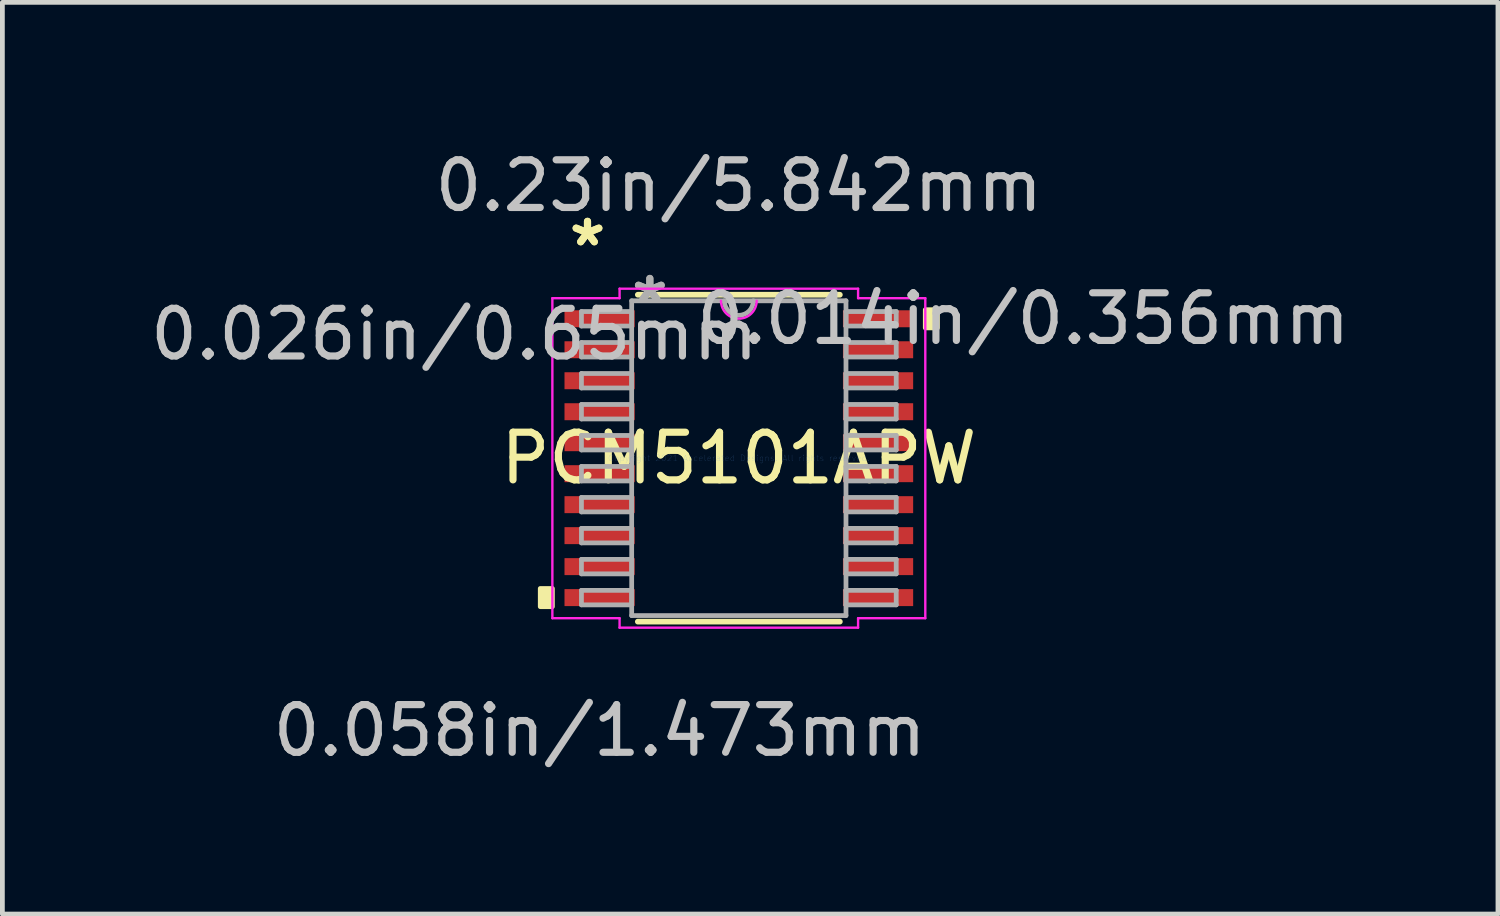
<source format=kicad_pcb>
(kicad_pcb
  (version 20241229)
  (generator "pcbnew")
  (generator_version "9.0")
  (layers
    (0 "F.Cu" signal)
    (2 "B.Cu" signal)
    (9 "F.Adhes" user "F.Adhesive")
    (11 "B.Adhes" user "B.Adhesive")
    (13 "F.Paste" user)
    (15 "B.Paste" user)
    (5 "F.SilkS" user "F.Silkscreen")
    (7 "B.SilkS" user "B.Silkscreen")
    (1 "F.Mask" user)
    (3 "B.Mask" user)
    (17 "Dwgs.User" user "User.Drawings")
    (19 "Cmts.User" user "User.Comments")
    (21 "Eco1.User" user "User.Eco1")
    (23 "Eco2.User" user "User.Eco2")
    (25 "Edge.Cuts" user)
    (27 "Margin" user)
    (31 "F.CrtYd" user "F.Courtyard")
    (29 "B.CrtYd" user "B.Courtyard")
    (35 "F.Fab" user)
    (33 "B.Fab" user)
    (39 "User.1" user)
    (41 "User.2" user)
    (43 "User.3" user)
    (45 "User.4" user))
  (footprint "PCM5101APW"
    (layer "F.Cu")
    (at 12.451 6.563)
    (property "Reference" "PCM5101APW" (at 0 0 0) (layer "F.SilkS") (effects (font (size 1 1) (thickness 0.15))))
    (attr through_hole)
    (fp_line (start -2.119 3.429) (end 2.119 3.429) (stroke (width 0.12) (type solid)) (layer "F.SilkS"))
    (fp_line (start 2.119 -3.429) (end -2.119 -3.429) (stroke (width 0.12) (type solid)) (layer "F.SilkS"))
    (fp_poly (pts (xy -4.166 2.734) (xy -4.166 3.115) (xy -3.912 3.115) (xy -3.912 2.734)) (stroke (width 0.1) (type solid)) (fill yes) (layer "F.SilkS"))
    (fp_poly (pts (xy 4.166 -3.115) (xy 4.166 -2.734) (xy 3.912 -2.734) (xy 3.912 -3.115)) (stroke (width 0.1) (type solid)) (fill yes) (layer "F.SilkS"))
    (fp_line (start -3.912 -3.357) (end -2.502 -3.357) (stroke (width 0.05) (type solid)) (layer "F.CrtYd"))
    (fp_line (start -3.912 3.357) (end -3.912 -3.357) (stroke (width 0.05) (type solid)) (layer "F.CrtYd"))
    (fp_line (start -2.502 -3.556) (end 2.502 -3.556) (stroke (width 0.05) (type solid)) (layer "F.CrtYd"))
    (fp_line (start -2.502 -3.357) (end -2.502 -3.556) (stroke (width 0.05) (type solid)) (layer "F.CrtYd"))
    (fp_line (start -2.502 3.357) (end -3.912 3.357) (stroke (width 0.05) (type solid)) (layer "F.CrtYd"))
    (fp_line (start -2.502 3.556) (end -2.502 3.357) (stroke (width 0.05) (type solid)) (layer "F.CrtYd"))
    (fp_line (start 2.502 -3.556) (end 2.502 -3.357) (stroke (width 0.05) (type solid)) (layer "F.CrtYd"))
    (fp_line (start 2.502 -3.357) (end 3.912 -3.357) (stroke (width 0.05) (type solid)) (layer "F.CrtYd"))
    (fp_line (start 2.502 3.357) (end 2.502 3.556) (stroke (width 0.05) (type solid)) (layer "F.CrtYd"))
    (fp_line (start 2.502 3.556) (end -2.502 3.556) (stroke (width 0.05) (type solid)) (layer "F.CrtYd"))
    (fp_line (start 3.912 -3.357) (end 3.912 3.357) (stroke (width 0.05) (type solid)) (layer "F.CrtYd"))
    (fp_line (start 3.912 3.357) (end 2.502 3.357) (stroke (width 0.05) (type solid)) (layer "F.CrtYd"))
    (fp_arc (start 0.37465 -3.302) (mid 0 -2.92735) (end -0.37465 -3.302) (stroke (width 0.05) (type solid)) (layer "F.CrtYd"))
    (fp_line (start -3.302 -3.077) (end -3.302 -2.773) (stroke (width 0.1) (type solid)) (layer "F.Fab"))
    (fp_line (start -3.302 -2.773) (end -2.248 -2.773) (stroke (width 0.1) (type solid)) (layer "F.Fab"))
    (fp_line (start -3.302 -2.427) (end -3.302 -2.123) (stroke (width 0.1) (type solid)) (layer "F.Fab"))
    (fp_line (start -3.302 -2.123) (end -2.248 -2.123) (stroke (width 0.1) (type solid)) (layer "F.Fab"))
    (fp_line (start -3.302 -1.777) (end -3.302 -1.473) (stroke (width 0.1) (type solid)) (layer "F.Fab"))
    (fp_line (start -3.302 -1.473) (end -2.248 -1.473) (stroke (width 0.1) (type solid)) (layer "F.Fab"))
    (fp_line (start -3.302 -1.127) (end -3.302 -0.823) (stroke (width 0.1) (type solid)) (layer "F.Fab"))
    (fp_line (start -3.302 -0.823) (end -2.248 -0.823) (stroke (width 0.1) (type solid)) (layer "F.Fab"))
    (fp_line (start -3.302 -0.477) (end -3.302 -0.173) (stroke (width 0.1) (type solid)) (layer "F.Fab"))
    (fp_line (start -3.302 -0.173) (end -2.248 -0.173) (stroke (width 0.1) (type solid)) (layer "F.Fab"))
    (fp_line (start -3.302 0.173) (end -3.302 0.477) (stroke (width 0.1) (type solid)) (layer "F.Fab"))
    (fp_line (start -3.302 0.477) (end -2.248 0.477) (stroke (width 0.1) (type solid)) (layer "F.Fab"))
    (fp_line (start -3.302 0.823) (end -3.302 1.127) (stroke (width 0.1) (type solid)) (layer "F.Fab"))
    (fp_line (start -3.302 1.127) (end -2.248 1.127) (stroke (width 0.1) (type solid)) (layer "F.Fab"))
    (fp_line (start -3.302 1.473) (end -3.302 1.777) (stroke (width 0.1) (type solid)) (layer "F.Fab"))
    (fp_line (start -3.302 1.777) (end -2.248 1.777) (stroke (width 0.1) (type solid)) (layer "F.Fab"))
    (fp_line (start -3.302 2.123) (end -3.302 2.427) (stroke (width 0.1) (type solid)) (layer "F.Fab"))
    (fp_line (start -3.302 2.427) (end -2.248 2.427) (stroke (width 0.1) (type solid)) (layer "F.Fab"))
    (fp_line (start -3.302 2.773) (end -3.302 3.077) (stroke (width 0.1) (type solid)) (layer "F.Fab"))
    (fp_line (start -3.302 3.077) (end -2.248 3.077) (stroke (width 0.1) (type solid)) (layer "F.Fab"))
    (fp_line (start -2.248 -3.302) (end -2.248 3.302) (stroke (width 0.1) (type solid)) (layer "F.Fab"))
    (fp_line (start -2.248 -3.077) (end -3.302 -3.077) (stroke (width 0.1) (type solid)) (layer "F.Fab"))
    (fp_line (start -2.248 -2.773) (end -2.248 -3.077) (stroke (width 0.1) (type solid)) (layer "F.Fab"))
    (fp_line (start -2.248 -2.427) (end -3.302 -2.427) (stroke (width 0.1) (type solid)) (layer "F.Fab"))
    (fp_line (start -2.248 -2.123) (end -2.248 -2.427) (stroke (width 0.1) (type solid)) (layer "F.Fab"))
    (fp_line (start -2.248 -1.777) (end -3.302 -1.777) (stroke (width 0.1) (type solid)) (layer "F.Fab"))
    (fp_line (start -2.248 -1.473) (end -2.248 -1.777) (stroke (width 0.1) (type solid)) (layer "F.Fab"))
    (fp_line (start -2.248 -1.127) (end -3.302 -1.127) (stroke (width 0.1) (type solid)) (layer "F.Fab"))
    (fp_line (start -2.248 -0.823) (end -2.248 -1.127) (stroke (width 0.1) (type solid)) (layer "F.Fab"))
    (fp_line (start -2.248 -0.477) (end -3.302 -0.477) (stroke (width 0.1) (type solid)) (layer "F.Fab"))
    (fp_line (start -2.248 -0.173) (end -2.248 -0.477) (stroke (width 0.1) (type solid)) (layer "F.Fab"))
    (fp_line (start -2.248 0.173) (end -3.302 0.173) (stroke (width 0.1) (type solid)) (layer "F.Fab"))
    (fp_line (start -2.248 0.477) (end -2.248 0.173) (stroke (width 0.1) (type solid)) (layer "F.Fab"))
    (fp_line (start -2.248 0.823) (end -3.302 0.823) (stroke (width 0.1) (type solid)) (layer "F.Fab"))
    (fp_line (start -2.248 1.127) (end -2.248 0.823) (stroke (width 0.1) (type solid)) (layer "F.Fab"))
    (fp_line (start -2.248 1.473) (end -3.302 1.473) (stroke (width 0.1) (type solid)) (layer "F.Fab"))
    (fp_line (start -2.248 1.777) (end -2.248 1.473) (stroke (width 0.1) (type solid)) (layer "F.Fab"))
    (fp_line (start -2.248 2.123) (end -3.302 2.123) (stroke (width 0.1) (type solid)) (layer "F.Fab"))
    (fp_line (start -2.248 2.427) (end -2.248 2.123) (stroke (width 0.1) (type solid)) (layer "F.Fab"))
    (fp_line (start -2.248 2.773) (end -3.302 2.773) (stroke (width 0.1) (type solid)) (layer "F.Fab"))
    (fp_line (start -2.248 3.077) (end -2.248 2.773) (stroke (width 0.1) (type solid)) (layer "F.Fab"))
    (fp_line (start -2.248 3.302) (end 2.248 3.302) (stroke (width 0.1) (type solid)) (layer "F.Fab"))
    (fp_line (start 2.248 -3.302) (end -2.248 -3.302) (stroke (width 0.1) (type solid)) (layer "F.Fab"))
    (fp_line (start 2.248 -3.077) (end 2.248 -2.773) (stroke (width 0.1) (type solid)) (layer "F.Fab"))
    (fp_line (start 2.248 -2.773) (end 3.302 -2.773) (stroke (width 0.1) (type solid)) (layer "F.Fab"))
    (fp_line (start 2.248 -2.427) (end 2.248 -2.123) (stroke (width 0.1) (type solid)) (layer "F.Fab"))
    (fp_line (start 2.248 -2.123) (end 3.302 -2.123) (stroke (width 0.1) (type solid)) (layer "F.Fab"))
    (fp_line (start 2.248 -1.777) (end 2.248 -1.473) (stroke (width 0.1) (type solid)) (layer "F.Fab"))
    (fp_line (start 2.248 -1.473) (end 3.302 -1.473) (stroke (width 0.1) (type solid)) (layer "F.Fab"))
    (fp_line (start 2.248 -1.127) (end 2.248 -0.823) (stroke (width 0.1) (type solid)) (layer "F.Fab"))
    (fp_line (start 2.248 -0.823) (end 3.302 -0.823) (stroke (width 0.1) (type solid)) (layer "F.Fab"))
    (fp_line (start 2.248 -0.477) (end 2.248 -0.173) (stroke (width 0.1) (type solid)) (layer "F.Fab"))
    (fp_line (start 2.248 -0.173) (end 3.302 -0.173) (stroke (width 0.1) (type solid)) (layer "F.Fab"))
    (fp_line (start 2.248 0.173) (end 2.248 0.477) (stroke (width 0.1) (type solid)) (layer "F.Fab"))
    (fp_line (start 2.248 0.477) (end 3.302 0.477) (stroke (width 0.1) (type solid)) (layer "F.Fab"))
    (fp_line (start 2.248 0.823) (end 2.248 1.127) (stroke (width 0.1) (type solid)) (layer "F.Fab"))
    (fp_line (start 2.248 1.127) (end 3.302 1.127) (stroke (width 0.1) (type solid)) (layer "F.Fab"))
    (fp_line (start 2.248 1.473) (end 2.248 1.777) (stroke (width 0.1) (type solid)) (layer "F.Fab"))
    (fp_line (start 2.248 1.777) (end 3.302 1.777) (stroke (width 0.1) (type solid)) (layer "F.Fab"))
    (fp_line (start 2.248 2.123) (end 2.248 2.427) (stroke (width 0.1) (type solid)) (layer "F.Fab"))
    (fp_line (start 2.248 2.427) (end 3.302 2.427) (stroke (width 0.1) (type solid)) (layer "F.Fab"))
    (fp_line (start 2.248 2.773) (end 2.248 3.077) (stroke (width 0.1) (type solid)) (layer "F.Fab"))
    (fp_line (start 2.248 3.077) (end 3.302 3.077) (stroke (width 0.1) (type solid)) (layer "F.Fab"))
    (fp_line (start 2.248 3.302) (end 2.248 -3.302) (stroke (width 0.1) (type solid)) (layer "F.Fab"))
    (fp_line (start 3.302 -3.077) (end 2.248 -3.077) (stroke (width 0.1) (type solid)) (layer "F.Fab"))
    (fp_line (start 3.302 -2.773) (end 3.302 -3.077) (stroke (width 0.1) (type solid)) (layer "F.Fab"))
    (fp_line (start 3.302 -2.427) (end 2.248 -2.427) (stroke (width 0.1) (type solid)) (layer "F.Fab"))
    (fp_line (start 3.302 -2.123) (end 3.302 -2.427) (stroke (width 0.1) (type solid)) (layer "F.Fab"))
    (fp_line (start 3.302 -1.777) (end 2.248 -1.777) (stroke (width 0.1) (type solid)) (layer "F.Fab"))
    (fp_line (start 3.302 -1.473) (end 3.302 -1.777) (stroke (width 0.1) (type solid)) (layer "F.Fab"))
    (fp_line (start 3.302 -1.127) (end 2.248 -1.127) (stroke (width 0.1) (type solid)) (layer "F.Fab"))
    (fp_line (start 3.302 -0.823) (end 3.302 -1.127) (stroke (width 0.1) (type solid)) (layer "F.Fab"))
    (fp_line (start 3.302 -0.477) (end 2.248 -0.477) (stroke (width 0.1) (type solid)) (layer "F.Fab"))
    (fp_line (start 3.302 -0.173) (end 3.302 -0.477) (stroke (width 0.1) (type solid)) (layer "F.Fab"))
    (fp_line (start 3.302 0.173) (end 2.248 0.173) (stroke (width 0.1) (type solid)) (layer "F.Fab"))
    (fp_line (start 3.302 0.477) (end 3.302 0.173) (stroke (width 0.1) (type solid)) (layer "F.Fab"))
    (fp_line (start 3.302 0.823) (end 2.248 0.823) (stroke (width 0.1) (type solid)) (layer "F.Fab"))
    (fp_line (start 3.302 1.127) (end 3.302 0.823) (stroke (width 0.1) (type solid)) (layer "F.Fab"))
    (fp_line (start 3.302 1.473) (end 2.248 1.473) (stroke (width 0.1) (type solid)) (layer "F.Fab"))
    (fp_line (start 3.302 1.777) (end 3.302 1.473) (stroke (width 0.1) (type solid)) (layer "F.Fab"))
    (fp_line (start 3.302 2.123) (end 2.248 2.123) (stroke (width 0.1) (type solid)) (layer "F.Fab"))
    (fp_line (start 3.302 2.427) (end 3.302 2.123) (stroke (width 0.1) (type solid)) (layer "F.Fab"))
    (fp_line (start 3.302 2.773) (end 2.248 2.773) (stroke (width 0.1) (type solid)) (layer "F.Fab"))
    (fp_line (start 3.302 3.077) (end 3.302 2.773) (stroke (width 0.1) (type solid)) (layer "F.Fab"))
    (fp_arc (start 0.3048 -3.302) (mid 0 -2.9972) (end -0.3048 -3.302) (stroke (width 0.1) (type solid)) (layer "F.Fab"))
    (fp_text user "*" (at -3.175 -4.424 0) (layer "F.SilkS") (effects (font (size 1 1) (thickness 0.15))))
    (fp_text user "*" (at -3.175 -4.424 0) (layer "F.SilkS") (effects (font (size 1 1) (thickness 0.15))))
    (fp_text user "0.058in/1.473mm" (at -2.921 5.715 0) (layer "Dwgs.User") (effects (font (size 1 1) (thickness 0.15))))
    (fp_text user "0.014in/0.356mm" (at 5.969 -2.925 0) (layer "Dwgs.User") (effects (font (size 1 1) (thickness 0.15))))
    (fp_text user "0.026in/0.65mm" (at -5.969 -2.6 0) (layer "Dwgs.User") (effects (font (size 1 1) (thickness 0.15))))
    (fp_text user "0.23in/5.842mm" (at 0 -5.715 0) (layer "Dwgs.User") (effects (font (size 1 1) (thickness 0.15))))
    (fp_text user "Copyright 2021 Accelerated Designs. All rights reserved." (at 0 0 0) (layer "Cmts.User") (effects (font (size 0.127 0.127) (thickness 0.002))))
    (fp_text user "*" (at -1.867 -3.226 0) (layer "F.Fab") (effects (font (size 1 1) (thickness 0.15))))
    (fp_text user "*" (at -1.867 -3.226 0) (layer "F.Fab") (effects (font (size 1 1) (thickness 0.15))))
    (pad "1" smd rect (at -2.921 -2.925) (size 1.473 0.356) (layers "F.Cu" "F.Mask" "F.Paste"))
    (pad "2" smd rect (at -2.921 -2.275) (size 1.473 0.356) (layers "F.Cu" "F.Mask" "F.Paste"))
    (pad "3" smd rect (at -2.921 -1.625) (size 1.473 0.356) (layers "F.Cu" "F.Mask" "F.Paste"))
    (pad "4" smd rect (at -2.921 -0.975) (size 1.473 0.356) (layers "F.Cu" "F.Mask" "F.Paste"))
    (pad "5" smd rect (at -2.921 -0.325) (size 1.473 0.356) (layers "F.Cu" "F.Mask" "F.Paste"))
    (pad "6" smd rect (at -2.921 0.325) (size 1.473 0.356) (layers "F.Cu" "F.Mask" "F.Paste"))
    (pad "7" smd rect (at -2.921 0.975) (size 1.473 0.356) (layers "F.Cu" "F.Mask" "F.Paste"))
    (pad "8" smd rect (at -2.921 1.625) (size 1.473 0.356) (layers "F.Cu" "F.Mask" "F.Paste"))
    (pad "9" smd rect (at -2.921 2.275) (size 1.473 0.356) (layers "F.Cu" "F.Mask" "F.Paste"))
    (pad "10" smd rect (at -2.921 2.925) (size 1.473 0.356) (layers "F.Cu" "F.Mask" "F.Paste"))
    (pad "11" smd rect (at 2.921 2.925) (size 1.473 0.356) (layers "F.Cu" "F.Mask" "F.Paste"))
    (pad "12" smd rect (at 2.921 2.275) (size 1.473 0.356) (layers "F.Cu" "F.Mask" "F.Paste"))
    (pad "13" smd rect (at 2.921 1.625) (size 1.473 0.356) (layers "F.Cu" "F.Mask" "F.Paste"))
    (pad "14" smd rect (at 2.921 0.975) (size 1.473 0.356) (layers "F.Cu" "F.Mask" "F.Paste"))
    (pad "15" smd rect (at 2.921 0.325) (size 1.473 0.356) (layers "F.Cu" "F.Mask" "F.Paste"))
    (pad "16" smd rect (at 2.921 -0.325) (size 1.473 0.356) (layers "F.Cu" "F.Mask" "F.Paste"))
    (pad "17" smd rect (at 2.921 -0.975) (size 1.473 0.356) (layers "F.Cu" "F.Mask" "F.Paste"))
    (pad "18" smd rect (at 2.921 -1.625) (size 1.473 0.356) (layers "F.Cu" "F.Mask" "F.Paste"))
    (pad "19" smd rect (at 2.921 -2.275) (size 1.473 0.356) (layers "F.Cu" "F.Mask" "F.Paste"))
    (pad "20" smd rect (at 2.921 -2.925) (size 1.473 0.356) (layers "F.Cu" "F.Mask" "F.Paste")))
  (gr_rect
    (start -3 -3)
    (end 28.378 16.127)
    (stroke (width 0.1) (type default))
    (fill no)
    (layer "Edge.Cuts")))
</source>
